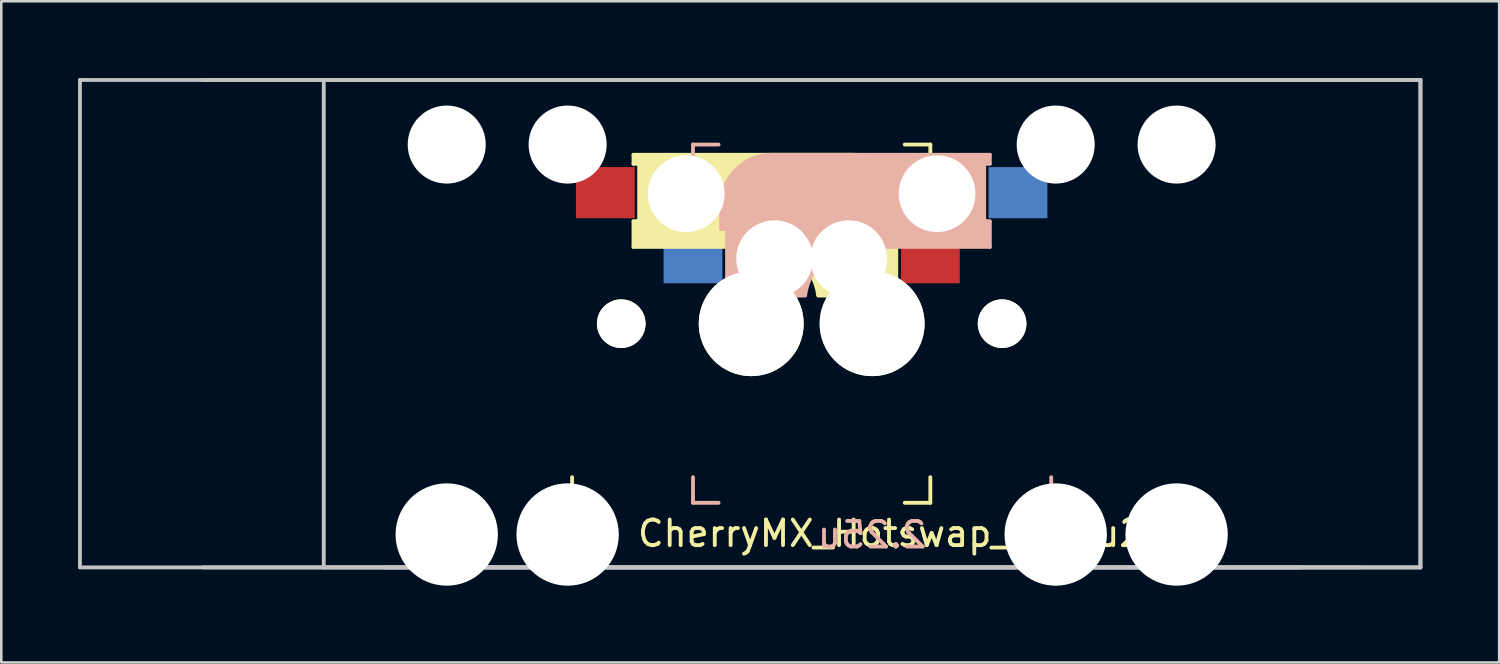
<source format=kicad_pcb>
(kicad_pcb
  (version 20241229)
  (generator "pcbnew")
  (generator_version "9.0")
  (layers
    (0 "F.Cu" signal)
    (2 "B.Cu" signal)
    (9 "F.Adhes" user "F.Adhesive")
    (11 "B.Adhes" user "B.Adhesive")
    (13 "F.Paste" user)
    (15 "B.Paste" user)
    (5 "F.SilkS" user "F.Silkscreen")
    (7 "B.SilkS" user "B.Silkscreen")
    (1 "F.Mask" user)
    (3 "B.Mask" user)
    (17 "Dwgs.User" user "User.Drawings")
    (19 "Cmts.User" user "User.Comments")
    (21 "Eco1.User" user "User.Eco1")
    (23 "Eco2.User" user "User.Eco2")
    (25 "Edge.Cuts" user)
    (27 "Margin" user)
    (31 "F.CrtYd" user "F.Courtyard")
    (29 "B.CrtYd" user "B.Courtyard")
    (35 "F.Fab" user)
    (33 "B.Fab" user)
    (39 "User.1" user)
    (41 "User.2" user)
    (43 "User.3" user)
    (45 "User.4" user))
  (footprint "CherryMX_Hotswap_2.25u2.75u"
    (layer "F.Cu")
    (at 26.309 9.6)
    (property "Reference" "CherryMX_Hotswap_2.25u2.75u" (at 7.1 8.2 0) (layer "F.SilkS") (effects (font (size 1 1) (thickness 0.15))))
    (attr through_hole)
    (fp_line (start -7 -7) (end -6 -7) (stroke (width 0.15) (type solid)) (layer "F.SilkS"))
    (fp_line (start -7 -6) (end -7 -7) (stroke (width 0.15) (type solid)) (layer "F.SilkS"))
    (fp_line (start -7 6) (end -7 7) (stroke (width 0.15) (type solid)) (layer "F.SilkS"))
    (fp_line (start -7 7) (end -6 7) (stroke (width 0.15) (type solid)) (layer "F.SilkS"))
    (fp_line (start -4.6 -6.6) (end 3.8 -6.6) (stroke (width 0.15) (type solid)) (layer "F.SilkS"))
    (fp_line (start -4.6 -6.25) (end -4.6 -6.6) (stroke (width 0.15) (type solid)) (layer "F.SilkS"))
    (fp_line (start -4.6 -4) (end -4.4 -4) (stroke (width 0.15) (type solid)) (layer "F.SilkS"))
    (fp_line (start -4.6 -3) (end -4.6 -4) (stroke (width 0.15) (type solid)) (layer "F.SilkS"))
    (fp_line (start -4.4 -6.4) (end -3 -6.4) (stroke (width 0.4) (type solid)) (layer "F.SilkS"))
    (fp_line (start -4.4 -6.25) (end -4.6 -6.25) (stroke (width 0.15) (type solid)) (layer "F.SilkS"))
    (fp_line (start -4.4 -3.9) (end -4.4 -3.2) (stroke (width 0.4) (type solid)) (layer "F.SilkS"))
    (fp_line (start -4.38 -4) (end -4.38 -6.25) (stroke (width 0.15) (type solid)) (layer "F.SilkS"))
    (fp_line (start -4.3 -3.3) (end -2.9 -3.3) (stroke (width 0.5) (type solid)) (layer "F.SilkS"))
    (fp_line (start -3.9 -6) (end -3.9 -3.5) (stroke (width 1) (type solid)) (layer "F.SilkS"))
    (fp_line (start -2.6 -4.8) (end 4.1 -4.8) (stroke (width 3.5) (type solid)) (layer "F.SilkS"))
    (fp_line (start 0.4 -3) (end -4.6 -3) (stroke (width 0.15) (type solid)) (layer "F.SilkS"))
    (fp_line (start 4.17 -5.1) (end 4.17 -2.86) (stroke (width 3) (type solid)) (layer "F.SilkS"))
    (fp_line (start 5.3 -1.6) (end 5.3 -3.4) (stroke (width 0.8) (type solid)) (layer "F.SilkS"))
    (fp_line (start 5.67 -3.7) (end 5.67 -1.46) (stroke (width 0.15) (type solid)) (layer "F.SilkS"))
    (fp_line (start 5.7 -1.46) (end 5.9 -1.46) (stroke (width 0.15) (type solid)) (layer "F.SilkS"))
    (fp_line (start 5.7 -1.3) (end 3 -1.3) (stroke (width 0.5) (type solid)) (layer "F.SilkS"))
    (fp_line (start 5.8 -3.8) (end 5.8 -4.7) (stroke (width 0.3) (type solid)) (layer "F.SilkS"))
    (fp_line (start 5.9 -4.7) (end 5.9 -3.7) (stroke (width 0.15) (type solid)) (layer "F.SilkS"))
    (fp_line (start 5.9 -3.7) (end 5.7 -3.7) (stroke (width 0.15) (type solid)) (layer "F.SilkS"))
    (fp_line (start 5.9 -1.1) (end 2.62 -1.1) (stroke (width 0.15) (type solid)) (layer "F.SilkS"))
    (fp_line (start 5.9 -1.1) (end 5.9 -1.46) (stroke (width 0.15) (type solid)) (layer "F.SilkS"))
    (fp_line (start 6 7) (end 7 7) (stroke (width 0.15) (type solid)) (layer "F.SilkS"))
    (fp_line (start 7 -7) (end 6 -7) (stroke (width 0.15) (type solid)) (layer "F.SilkS"))
    (fp_line (start 7 -7) (end 7 -6) (stroke (width 0.15) (type solid)) (layer "F.SilkS"))
    (fp_line (start 7 7) (end 7 6) (stroke (width 0.15) (type solid)) (layer "F.SilkS"))
    (fp_arc (start 0.4 -3) (mid 1.868709 -2.486118) (end 2.616318 -1.121471) (stroke (width 0.15) (type solid)) (layer "F.SilkS"))
    (fp_arc (start 0.8 -3.4) (mid 2.268709 -2.886118) (end 3.016318 -1.521471) (stroke (width 1) (type solid)) (layer "F.SilkS"))
    (fp_arc (start 3.8 -6.600001) (mid 5.243504 -6.084925) (end 5.900001 -4.7) (stroke (width 0.15) (type solid)) (layer "F.SilkS"))
    (fp_line (start -2.275 -7) (end -1.275 -7) (stroke (width 0.15) (type solid)) (layer "B.SilkS"))
    (fp_line (start -2.275 -6) (end -2.275 -7) (stroke (width 0.15) (type solid)) (layer "B.SilkS"))
    (fp_line (start -2.275 6) (end -2.275 7) (stroke (width 0.15) (type solid)) (layer "B.SilkS"))
    (fp_line (start -2.275 7) (end -1.275 7) (stroke (width 0.15) (type solid)) (layer "B.SilkS"))
    (fp_line (start -1.175 -4.7) (end -1.175 -3.7) (stroke (width 0.15) (type solid)) (layer "B.SilkS"))
    (fp_line (start -1.175 -3.7) (end -0.975 -3.7) (stroke (width 0.15) (type solid)) (layer "B.SilkS"))
    (fp_line (start -1.175 -1.1) (end -1.175 -1.46) (stroke (width 0.15) (type solid)) (layer "B.SilkS"))
    (fp_line (start -1.175 -1.1) (end 2.105 -1.1) (stroke (width 0.15) (type solid)) (layer "B.SilkS"))
    (fp_line (start -1.075 -3.8) (end -1.075 -4.7) (stroke (width 0.3) (type solid)) (layer "B.SilkS"))
    (fp_line (start -0.975 -1.46) (end -1.175 -1.46) (stroke (width 0.15) (type solid)) (layer "B.SilkS"))
    (fp_line (start -0.975 -1.3) (end 1.725 -1.3) (stroke (width 0.5) (type solid)) (layer "B.SilkS"))
    (fp_line (start -0.945 -3.7) (end -0.945 -1.46) (stroke (width 0.15) (type solid)) (layer "B.SilkS"))
    (fp_line (start -0.575 -1.6) (end -0.575 -3.4) (stroke (width 0.8) (type solid)) (layer "B.SilkS"))
    (fp_line (start 0.555 -5.1) (end 0.555 -2.86) (stroke (width 3) (type solid)) (layer "B.SilkS"))
    (fp_line (start 4.325 -3) (end 9.325 -3) (stroke (width 0.15) (type solid)) (layer "B.SilkS"))
    (fp_line (start 7.325 -4.8) (end 0.625 -4.8) (stroke (width 3.5) (type solid)) (layer "B.SilkS"))
    (fp_line (start 8.625 -6) (end 8.625 -3.5) (stroke (width 1) (type solid)) (layer "B.SilkS"))
    (fp_line (start 9.025 -3.3) (end 7.625 -3.3) (stroke (width 0.5) (type solid)) (layer "B.SilkS"))
    (fp_line (start 9.105 -4) (end 9.105 -6.25) (stroke (width 0.15) (type solid)) (layer "B.SilkS"))
    (fp_line (start 9.125 -6.4) (end 7.725 -6.4) (stroke (width 0.4) (type solid)) (layer "B.SilkS"))
    (fp_line (start 9.125 -6.25) (end 9.325 -6.25) (stroke (width 0.15) (type solid)) (layer "B.SilkS"))
    (fp_line (start 9.125 -3.9) (end 9.125 -3.2) (stroke (width 0.4) (type solid)) (layer "B.SilkS"))
    (fp_line (start 9.325 -6.6) (end 0.925 -6.6) (stroke (width 0.15) (type solid)) (layer "B.SilkS"))
    (fp_line (start 9.325 -6.25) (end 9.325 -6.6) (stroke (width 0.15) (type solid)) (layer "B.SilkS"))
    (fp_line (start 9.325 -4) (end 9.125 -4) (stroke (width 0.15) (type solid)) (layer "B.SilkS"))
    (fp_line (start 9.325 -3) (end 9.325 -4) (stroke (width 0.15) (type solid)) (layer "B.SilkS"))
    (fp_line (start 10.725 7) (end 11.725 7) (stroke (width 0.15) (type solid)) (layer "B.SilkS"))
    (fp_line (start 11.725 -7) (end 10.725 -7) (stroke (width 0.15) (type solid)) (layer "B.SilkS"))
    (fp_line (start 11.725 -7) (end 11.725 -6) (stroke (width 0.15) (type solid)) (layer "B.SilkS"))
    (fp_line (start 11.725 7) (end 11.725 6) (stroke (width 0.15) (type solid)) (layer "B.SilkS"))
    (fp_arc (start -1.175 -4.699999) (mid -0.518504 -6.084924) (end 0.924999 -6.6) (stroke (width 0.15) (type solid)) (layer "B.SilkS"))
    (fp_arc (start 1.708682 -1.521471) (mid 2.456291 -2.886118) (end 3.925 -3.4) (stroke (width 1) (type solid)) (layer "B.SilkS"))
    (fp_arc (start 2.108682 -1.121471) (mid 2.856291 -2.486118) (end 4.325 -3) (stroke (width 0.15) (type solid)) (layer "B.SilkS"))
    (fp_line (start -26.234 -9.525) (end 26.154 -9.525) (stroke (width 0.15) (type solid)) (layer "Dwgs.User"))
    (fp_line (start -26.234 9.525) (end -26.234 -9.525) (stroke (width 0.15) (type solid)) (layer "Dwgs.User"))
    (fp_line (start -21.431 -9.525) (end 21.431 -9.525) (stroke (width 0.15) (type solid)) (layer "Dwgs.User"))
    (fp_line (start -16.706 -9.525) (end 26.156 -9.525) (stroke (width 0.15) (type solid)) (layer "Dwgs.User"))
    (fp_line (start -16.706 9.525) (end -16.706 -9.525) (stroke (width 0.15) (type solid)) (layer "Dwgs.User"))
    (fp_line (start -14.325 -9.525) (end 23.775 -9.525) (stroke (width 0.15) (type solid)) (layer "Dwgs.User"))
    (fp_line (start 21.431 9.525) (end -21.431 9.525) (stroke (width 0.15) (type solid)) (layer "Dwgs.User"))
    (fp_line (start 23.775 9.525) (end -14.325 9.525) (stroke (width 0.15) (type solid)) (layer "Dwgs.User"))
    (fp_line (start 26.154 -9.525) (end 26.154 9.525) (stroke (width 0.15) (type solid)) (layer "Dwgs.User"))
    (fp_line (start 26.154 9.525) (end -26.234 9.525) (stroke (width 0.15) (type solid)) (layer "Dwgs.User"))
    (fp_line (start 26.156 -9.525) (end 26.156 9.525) (stroke (width 0.15) (type solid)) (layer "Dwgs.User"))
    (fp_line (start 26.156 9.525) (end -16.706 9.525) (stroke (width 0.15) (type solid)) (layer "Dwgs.User"))
    (fp_text user "2.25u" (at 4.725 8.255 0) (layer "B.SilkS") (effects (font (size 1 1) (thickness 0.15)) (justify mirror)))
    (pad "" np_thru_hole circle (at -11.9 -7) (size 3.05 3.05) (drill 3.05) (layers "*.Cu" "*.Mask"))
    (pad "" np_thru_hole circle (at -11.9 8.24) (size 4 4) (drill 4) (layers "*.Cu" "*.Mask"))
    (pad "" np_thru_hole circle (at -7.175 -7) (size 3.05 3.05) (drill 3.05) (layers "*.Cu" "*.Mask"))
    (pad "" np_thru_hole circle (at -7.175 8.24) (size 4 4) (drill 4) (layers "*.Cu" "*.Mask"))
    (pad "" np_thru_hole circle (at -5.08 0) (size 1.9 1.9) (drill 1.9) (layers "*.Cu" "*.Mask" "F.SilkS"))
    (pad "" np_thru_hole circle (at -2.54 -5.08 180) (size 3 3) (drill 3) (layers "*.Cu" "*.Mask"))
    (pad "" np_thru_hole circle (at -0.355 0) (size 1.9 1.9) (drill 1.9) (layers "*.Cu" "*.Mask" "F.SilkS"))
    (pad "" np_thru_hole circle (at 0 0 90) (size 4.1 4.1) (drill 4.1) (layers "*.Cu" "*.Mask" "F.SilkS"))
    (pad "" np_thru_hole circle (at 0.915 -2.54 180) (size 3 3) (drill 3) (layers "*.Cu" "*.Mask"))
    (pad "" np_thru_hole circle (at 3.81 -2.54 180) (size 3 3) (drill 3) (layers "*.Cu" "*.Mask"))
    (pad "" np_thru_hole circle (at 4.725 0 90) (size 4.1 4.1) (drill 4.1) (layers "*.Cu" "*.Mask" "F.SilkS"))
    (pad "" np_thru_hole circle (at 5.08 0) (size 1.9 1.9) (drill 1.9) (layers "*.Cu" "*.Mask" "F.SilkS"))
    (pad "" np_thru_hole circle (at 7.265 -5.08 180) (size 3 3) (drill 3) (layers "*.Cu" "*.Mask"))
    (pad "" np_thru_hole circle (at 9.805 0) (size 1.9 1.9) (drill 1.9) (layers "*.Cu" "*.Mask" "F.SilkS"))
    (pad "" np_thru_hole circle (at 11.9 -7) (size 3.05 3.05) (drill 3.05) (layers "*.Cu" "*.Mask"))
    (pad "" np_thru_hole circle (at 11.9 8.24) (size 4 4) (drill 4) (layers "*.Cu" "*.Mask"))
    (pad "" np_thru_hole circle (at 16.625 -7) (size 3.05 3.05) (drill 3.05) (layers "*.Cu" "*.Mask"))
    (pad "" np_thru_hole circle (at 16.625 8.24) (size 4 4) (drill 4) (layers "*.Cu" "*.Mask"))
    (pad "1" smd rect (at -2.275 -2.58 180) (size 2.3 2) (layers "B.Cu" "B.Mask" "B.Paste"))
    (pad "1" smd rect (at 7 -2.58 180) (size 2.3 2) (layers "F.Cu" "F.Mask" "F.Paste"))
    (pad "2" smd rect (at -5.7 -5.12 180) (size 2.3 2) (layers "F.Cu" "F.Mask" "F.Paste"))
    (pad "2" smd rect (at 10.425 -5.12 180) (size 2.3 2) (layers "B.Cu" "B.Mask" "B.Paste")))
  (gr_rect
    (start -3 -3)
    (end 55.54 22.84)
    (stroke (width 0.1) (type default))
    (fill no)
    (layer "Edge.Cuts")))
</source>
